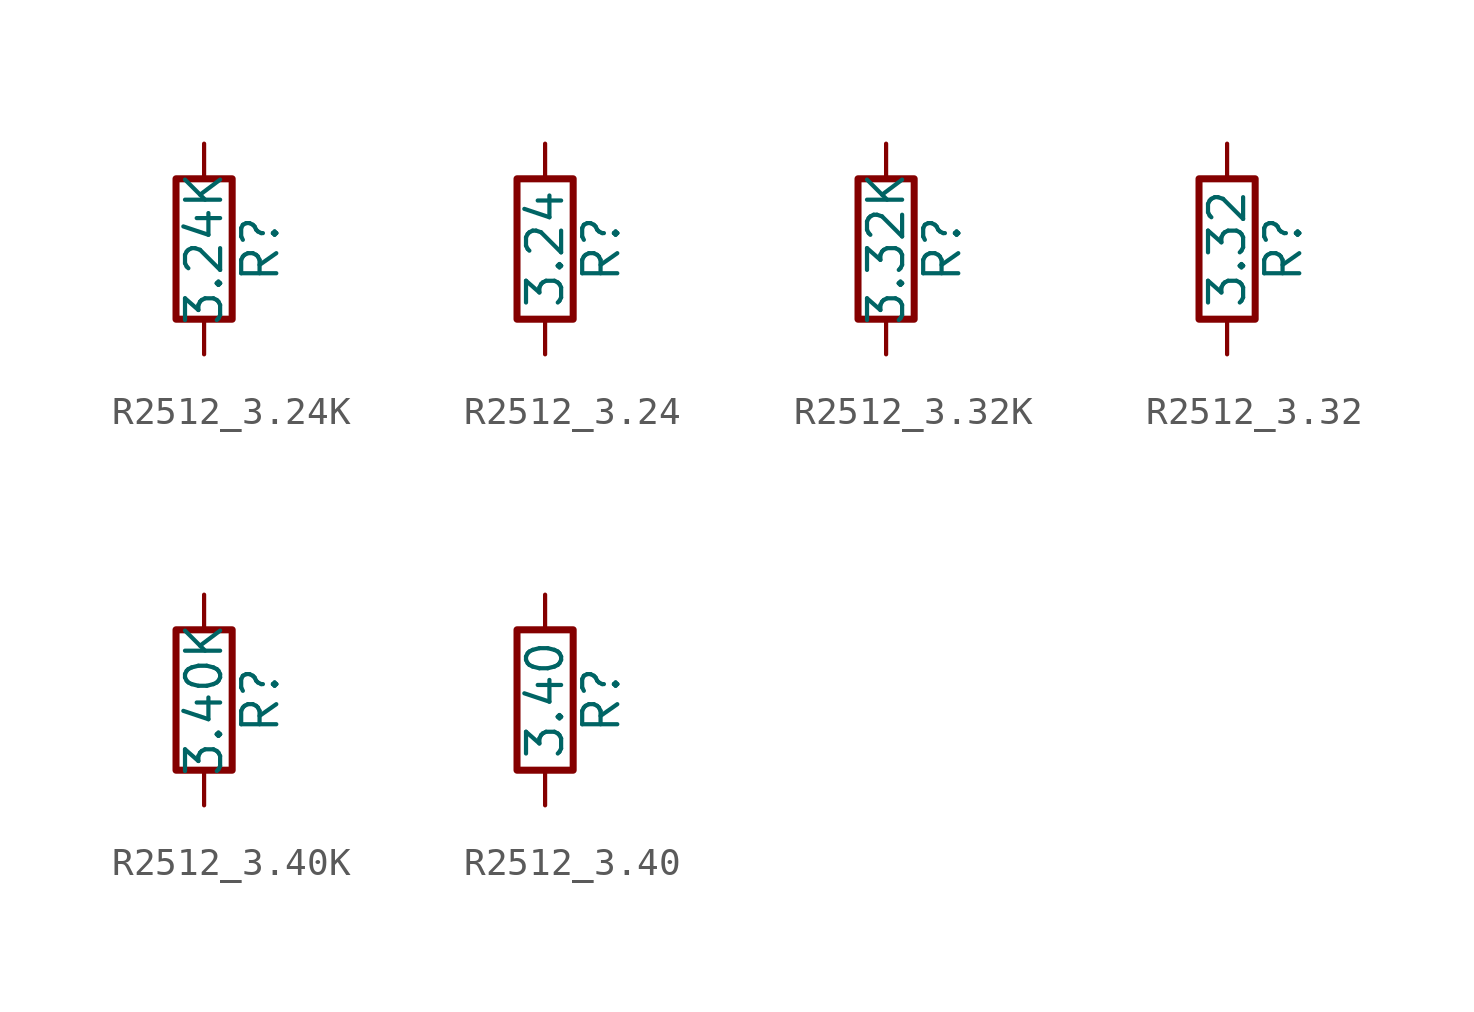
<source format=kicad_sym>
(kicad_symbol_lib
  (version 20211014)
  (generator atlantix-eda)
  (symbol "R2512_3.24K"
    (pin_numbers hide)
    (pin_names
      (offset 0))
    (property "Reference" "R"
      (at 2.032 0 90)
      (effects (font (size 1.27 1.27))))
    (property "Value" "3.24K"
      (at 0 0 90)
      (effects (font (size 1.27 1.27))))
    (symbol "R2512_3.24K_0_1"
      (rectangle (start -1.016 -2.54) (end 1.016 2.54) (stroke (width 0.254) (type default) (color 0 0 0 0)) (fill (type none))))
    (symbol "R2512_3.24K_1_1"
      (pin passive line (at 0 3.81 270) (length 1.27) (name "~" (effects (font (size 1.27 1.27)))) (number "1" (effects (font (size 1.27 1.27)))))
      (pin passive line (at 0 -3.81 90) (length 1.27) (name "~" (effects (font (size 1.27 1.27)))) (number "2" (effects (font (size 1.27 1.27)))))))
  (symbol "R2512_3.24"
    (pin_numbers hide)
    (pin_names
      (offset 0))
    (property "Reference" "R"
      (at 2.032 0 90)
      (effects (font (size 1.27 1.27))))
    (property "Value" "3.24"
      (at 0 0 90)
      (effects (font (size 1.27 1.27))))
    (symbol "R2512_3.24_0_1"
      (rectangle (start -1.016 -2.54) (end 1.016 2.54) (stroke (width 0.254) (type default) (color 0 0 0 0)) (fill (type none))))
    (symbol "R2512_3.24_1_1"
      (pin passive line (at 0 3.81 270) (length 1.27) (name "~" (effects (font (size 1.27 1.27)))) (number "1" (effects (font (size 1.27 1.27)))))
      (pin passive line (at 0 -3.81 90) (length 1.27) (name "~" (effects (font (size 1.27 1.27)))) (number "2" (effects (font (size 1.27 1.27)))))))
  (symbol "R2512_3.32K"
    (pin_numbers hide)
    (pin_names
      (offset 0))
    (property "Reference" "R"
      (at 2.032 0 90)
      (effects (font (size 1.27 1.27))))
    (property "Value" "3.32K"
      (at 0 0 90)
      (effects (font (size 1.27 1.27))))
    (symbol "R2512_3.32K_0_1"
      (rectangle (start -1.016 -2.54) (end 1.016 2.54) (stroke (width 0.254) (type default) (color 0 0 0 0)) (fill (type none))))
    (symbol "R2512_3.32K_1_1"
      (pin passive line (at 0 3.81 270) (length 1.27) (name "~" (effects (font (size 1.27 1.27)))) (number "1" (effects (font (size 1.27 1.27)))))
      (pin passive line (at 0 -3.81 90) (length 1.27) (name "~" (effects (font (size 1.27 1.27)))) (number "2" (effects (font (size 1.27 1.27)))))))
  (symbol "R2512_3.32"
    (pin_numbers hide)
    (pin_names
      (offset 0))
    (property "Reference" "R"
      (at 2.032 0 90)
      (effects (font (size 1.27 1.27))))
    (property "Value" "3.32"
      (at 0 0 90)
      (effects (font (size 1.27 1.27))))
    (symbol "R2512_3.32_0_1"
      (rectangle (start -1.016 -2.54) (end 1.016 2.54) (stroke (width 0.254) (type default) (color 0 0 0 0)) (fill (type none))))
    (symbol "R2512_3.32_1_1"
      (pin passive line (at 0 3.81 270) (length 1.27) (name "~" (effects (font (size 1.27 1.27)))) (number "1" (effects (font (size 1.27 1.27)))))
      (pin passive line (at 0 -3.81 90) (length 1.27) (name "~" (effects (font (size 1.27 1.27)))) (number "2" (effects (font (size 1.27 1.27)))))))
  (symbol "R2512_3.40K"
    (pin_numbers hide)
    (pin_names
      (offset 0))
    (property "Reference" "R"
      (at 2.032 0 90)
      (effects (font (size 1.27 1.27))))
    (property "Value" "3.40K"
      (at 0 0 90)
      (effects (font (size 1.27 1.27))))
    (symbol "R2512_3.40K_0_1"
      (rectangle (start -1.016 -2.54) (end 1.016 2.54) (stroke (width 0.254) (type default) (color 0 0 0 0)) (fill (type none))))
    (symbol "R2512_3.40K_1_1"
      (pin passive line (at 0 3.81 270) (length 1.27) (name "~" (effects (font (size 1.27 1.27)))) (number "1" (effects (font (size 1.27 1.27)))))
      (pin passive line (at 0 -3.81 90) (length 1.27) (name "~" (effects (font (size 1.27 1.27)))) (number "2" (effects (font (size 1.27 1.27)))))))
  (symbol "R2512_3.40"
    (pin_numbers hide)
    (pin_names
      (offset 0))
    (property "Reference" "R"
      (at 2.032 0 90)
      (effects (font (size 1.27 1.27))))
    (property "Value" "3.40"
      (at 0 0 90)
      (effects (font (size 1.27 1.27))))
    (symbol "R2512_3.40_0_1"
      (rectangle (start -1.016 -2.54) (end 1.016 2.54) (stroke (width 0.254) (type default) (color 0 0 0 0)) (fill (type none))))
    (symbol "R2512_3.40_1_1"
      (pin passive line (at 0 3.81 270) (length 1.27) (name "~" (effects (font (size 1.27 1.27)))) (number "1" (effects (font (size 1.27 1.27)))))
      (pin passive line (at 0 -3.81 90) (length 1.27) (name "~" (effects (font (size 1.27 1.27)))) (number "2" (effects (font (size 1.27 1.27))))))))
</source>
